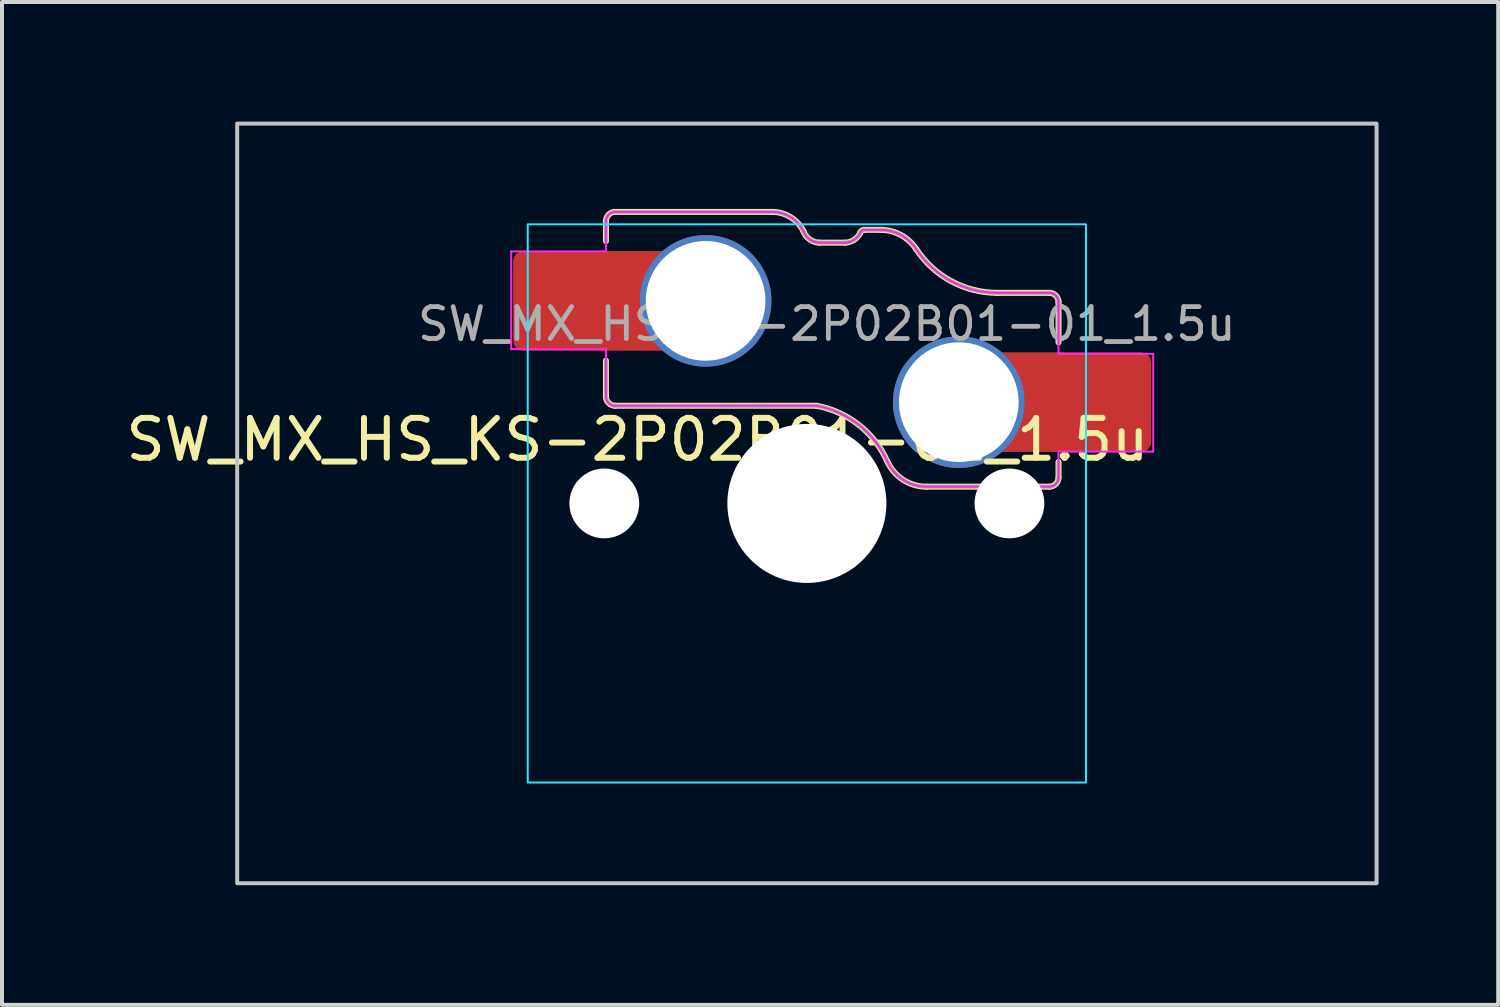
<source format=kicad_pcb>
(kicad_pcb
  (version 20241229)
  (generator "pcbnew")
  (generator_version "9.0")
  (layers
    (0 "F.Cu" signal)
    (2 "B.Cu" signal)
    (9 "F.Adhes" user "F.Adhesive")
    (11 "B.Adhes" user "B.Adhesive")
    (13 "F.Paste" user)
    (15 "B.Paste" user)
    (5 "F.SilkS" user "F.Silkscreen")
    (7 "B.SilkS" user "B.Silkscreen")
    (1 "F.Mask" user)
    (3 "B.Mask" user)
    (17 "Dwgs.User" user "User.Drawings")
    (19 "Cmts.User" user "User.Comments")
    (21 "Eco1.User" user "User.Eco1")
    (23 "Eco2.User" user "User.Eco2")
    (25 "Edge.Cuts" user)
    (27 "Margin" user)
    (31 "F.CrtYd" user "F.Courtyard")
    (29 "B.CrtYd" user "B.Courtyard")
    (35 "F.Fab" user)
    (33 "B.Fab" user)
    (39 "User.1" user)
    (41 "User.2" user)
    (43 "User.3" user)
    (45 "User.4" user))
  (footprint "SW_MX_HS_KS-2P02B01-01_1.5u"
    (layer "F.Cu")
    (at 17.185 9.575)
    (property "Reference" "SW_MX_HS_KS-2P02B01-01_1.5u" (at -4.25 -1.6 0) (layer "F.SilkS") (effects (font (size 1 1) (thickness 0.15))))
    (attr smd)
    (fp_line (start -5.039 -7.086) (end -5.039 -6.58) (stroke (width 0.15) (type solid)) (layer "F.SilkS"))
    (fp_line (start -5.039 -2.675) (end -5.039 -3.58) (stroke (width 0.15) (type solid)) (layer "F.SilkS"))
    (fp_line (start -4.814 -2.45) (end 0.239 -2.45) (stroke (width 0.15) (type solid)) (layer "F.SilkS"))
    (fp_line (start -0.871 -7.311) (end -4.814 -7.311) (stroke (width 0.15) (type solid)) (layer "F.SilkS"))
    (fp_line (start 0.954 -6.539) (end 0.316 -6.539) (stroke (width 0.15) (type solid)) (layer "F.SilkS"))
    (fp_line (start 1.437 -6.861) (end 1.846 -6.861) (stroke (width 0.15) (type solid)) (layer "F.SilkS"))
    (fp_line (start 2.997 -0.42) (end 6.086 -0.42) (stroke (width 0.15) (type solid)) (layer "F.SilkS"))
    (fp_line (start 6.086 -5.281) (end 4.775 -5.281) (stroke (width 0.15) (type solid)) (layer "F.SilkS"))
    (fp_line (start 6.311 -5.056) (end 6.311 -4.04) (stroke (width 0.15) (type solid)) (layer "F.SilkS"))
    (fp_line (start 6.311 -0.645) (end 6.311 -1.04) (stroke (width 0.15) (type solid)) (layer "F.SilkS"))
    (fp_arc (start -0.870659 -7.311006) (mid -0.404802 -7.177082) (end -0.081188 -6.816204) (stroke (width 0.15) (type solid)) (layer "F.SilkS"))
    (fp_arc (start 0.239066 -2.449741) (mid 1.301345 -1.970299) (end 2.018091 -1.051291) (stroke (width 0.15) (type solid)) (layer "F.SilkS"))
    (fp_arc (start 0.316284 -6.539103) (mid 0.075462 -6.617285) (end -0.081188 -6.816204) (stroke (width 0.15) (type solid)) (layer "F.SilkS"))
    (fp_arc (start 1.344869 -6.800882) (mid 1.1877 -6.612605) (end 0.953718 -6.539103) (stroke (width 0.15) (type solid)) (layer "F.SilkS"))
    (fp_arc (start 1.344869 -6.800882) (mid 1.381745 -6.844643) (end 1.436576 -6.861005) (stroke (width 0.15) (type solid)) (layer "F.SilkS"))
    (fp_arc (start 1.845965 -6.860996) (mid 2.356288 -6.732106) (end 2.744226 -6.376372) (stroke (width 0.15) (type solid)) (layer "F.SilkS"))
    (fp_arc (start 2.997274 -0.419747) (mid 2.414853 -0.591219) (end 2.018265 -1.05093) (stroke (width 0.15) (type solid)) (layer "F.SilkS"))
    (fp_arc (start 4.774564 -5.281006) (mid 3.62108 -5.572312) (end 2.744226 -6.376372) (stroke (width 0.15) (type solid)) (layer "F.SilkS"))
    (fp_curve (pts (xy -5.039 -2.675) (xy -5.039 -2.557) (xy -4.932 -2.45) (xy -4.814 -2.45)) (stroke (width 0.15) (type solid)) (layer "F.SilkS"))
    (fp_curve (pts (xy -4.814 -7.311) (xy -4.932 -7.311) (xy -5.039 -7.204) (xy -5.039 -7.086)) (stroke (width 0.15) (type solid)) (layer "F.SilkS"))
    (fp_curve (pts (xy 6.086 -0.42) (xy 6.203 -0.42) (xy 6.311 -0.527) (xy 6.311 -0.645)) (stroke (width 0.15) (type solid)) (layer "F.SilkS"))
    (fp_curve (pts (xy 6.311 -5.056) (xy 6.311 -5.174) (xy 6.203 -5.281) (xy 6.086 -5.281)) (stroke (width 0.15) (type solid)) (layer "F.SilkS"))
    (fp_rect (start -14.287 -9.525) (end 14.287 9.525) (stroke (width 0.1) (type default)) (fill no) (layer "Dwgs.User"))
    (fp_line (start -7 -6.5) (end -7 6.5) (stroke (width 0.05) (type solid)) (layer "Eco2.User"))
    (fp_line (start -6.5 7) (end 6.5 7) (stroke (width 0.05) (type solid)) (layer "Eco2.User"))
    (fp_line (start 6.5 -7) (end -6.5 -7) (stroke (width 0.05) (type solid)) (layer "Eco2.User"))
    (fp_line (start 7 6.5) (end 7 -6.5) (stroke (width 0.05) (type solid)) (layer "Eco2.User"))
    (fp_arc (start -7 -6.5) (mid -6.853553 -6.853553) (end -6.5 -7) (stroke (width 0.05) (type solid)) (layer "Eco2.User"))
    (fp_arc (start -6.497236 6.998884) (mid -6.850789 6.852437) (end -6.997236 6.498884) (stroke (width 0.05) (type solid)) (layer "Eco2.User"))
    (fp_arc (start 6.5 -7) (mid 6.853553 -6.853553) (end 7 -6.5) (stroke (width 0.05) (type solid)) (layer "Eco2.User"))
    (fp_arc (start 7 6.5) (mid 6.853553 6.853553) (end 6.5 7) (stroke (width 0.05) (type solid)) (layer "Eco2.User"))
    (fp_rect (start -7 -7) (end 7 7) (stroke (width 0.05) (type default)) (fill no) (layer "B.CrtYd"))
    (fp_line (start -7.415 -6.32) (end -5.039 -6.32) (stroke (width 0.05) (type solid)) (layer "F.CrtYd"))
    (fp_line (start -7.415 -3.87) (end -7.415 -6.32) (stroke (width 0.05) (type solid)) (layer "F.CrtYd"))
    (fp_line (start -5.039 -7.086) (end -5.039 -6.32) (stroke (width 0.05) (type solid)) (layer "F.CrtYd"))
    (fp_line (start -5.039 -3.87) (end -7.415 -3.87) (stroke (width 0.05) (type solid)) (layer "F.CrtYd"))
    (fp_line (start -5.039 -2.675) (end -5.039 -3.87) (stroke (width 0.05) (type solid)) (layer "F.CrtYd"))
    (fp_line (start -4.814 -2.45) (end 0.239 -2.45) (stroke (width 0.05) (type solid)) (layer "F.CrtYd"))
    (fp_line (start -0.871 -7.311) (end -4.814 -7.311) (stroke (width 0.05) (type solid)) (layer "F.CrtYd"))
    (fp_line (start 0.954 -6.539) (end 0.316 -6.539) (stroke (width 0.05) (type solid)) (layer "F.CrtYd"))
    (fp_line (start 1.437 -6.861) (end 1.846 -6.861) (stroke (width 0.05) (type solid)) (layer "F.CrtYd"))
    (fp_line (start 2.997 -0.42) (end 6.086 -0.42) (stroke (width 0.05) (type solid)) (layer "F.CrtYd"))
    (fp_line (start 6.086 -5.281) (end 4.775 -5.281) (stroke (width 0.05) (type solid)) (layer "F.CrtYd"))
    (fp_line (start 6.311 -5.056) (end 6.311 -3.75) (stroke (width 0.05) (type solid)) (layer "F.CrtYd"))
    (fp_line (start 6.311 -3.75) (end 8.685 -3.75) (stroke (width 0.05) (type solid)) (layer "F.CrtYd"))
    (fp_line (start 6.311 -0.645) (end 6.311 -1.3) (stroke (width 0.05) (type solid)) (layer "F.CrtYd"))
    (fp_line (start 8.685 -3.75) (end 8.685 -1.3) (stroke (width 0.05) (type solid)) (layer "F.CrtYd"))
    (fp_line (start 8.685 -1.3) (end 6.311 -1.3) (stroke (width 0.05) (type solid)) (layer "F.CrtYd"))
    (fp_arc (start -0.870659 -7.311006) (mid -0.404802 -7.177082) (end -0.081188 -6.816204) (stroke (width 0.05) (type solid)) (layer "F.CrtYd"))
    (fp_arc (start 0.239066 -2.449741) (mid 1.301345 -1.970299) (end 2.018091 -1.051291) (stroke (width 0.05) (type solid)) (layer "F.CrtYd"))
    (fp_arc (start 0.316284 -6.539103) (mid 0.075462 -6.617285) (end -0.081188 -6.816204) (stroke (width 0.05) (type solid)) (layer "F.CrtYd"))
    (fp_arc (start 1.344869 -6.800882) (mid 1.1877 -6.612605) (end 0.953718 -6.539103) (stroke (width 0.05) (type solid)) (layer "F.CrtYd"))
    (fp_arc (start 1.344869 -6.800882) (mid 1.381745 -6.844643) (end 1.436576 -6.861005) (stroke (width 0.05) (type solid)) (layer "F.CrtYd"))
    (fp_arc (start 1.845965 -6.860996) (mid 2.356288 -6.732106) (end 2.744226 -6.376372) (stroke (width 0.05) (type solid)) (layer "F.CrtYd"))
    (fp_arc (start 2.997274 -0.419747) (mid 2.414853 -0.591219) (end 2.018265 -1.05093) (stroke (width 0.05) (type solid)) (layer "F.CrtYd"))
    (fp_arc (start 4.774564 -5.281006) (mid 3.62108 -5.572312) (end 2.744226 -6.376372) (stroke (width 0.05) (type solid)) (layer "F.CrtYd"))
    (fp_curve (pts (xy -5.039 -2.675) (xy -5.039 -2.557) (xy -4.932 -2.45) (xy -4.814 -2.45)) (stroke (width 0.05) (type solid)) (layer "F.CrtYd"))
    (fp_curve (pts (xy -4.814 -7.311) (xy -4.932 -7.311) (xy -5.039 -7.204) (xy -5.039 -7.086)) (stroke (width 0.05) (type solid)) (layer "F.CrtYd"))
    (fp_curve (pts (xy 6.086 -0.42) (xy 6.203 -0.42) (xy 6.311 -0.527) (xy 6.311 -0.645)) (stroke (width 0.05) (type solid)) (layer "F.CrtYd"))
    (fp_curve (pts (xy 6.311 -5.056) (xy 6.311 -5.174) (xy 6.203 -5.281) (xy 6.086 -5.281)) (stroke (width 0.05) (type solid)) (layer "F.CrtYd"))
    (fp_line (start -5.039 -7.086) (end -5.039 -6.58) (stroke (width 0.1) (type solid)) (layer "F.Fab"))
    (fp_line (start -5.039 -2.675) (end -5.039 -3.58) (stroke (width 0.1) (type solid)) (layer "F.Fab"))
    (fp_line (start -4.814 -2.45) (end 0.239 -2.45) (stroke (width 0.1) (type solid)) (layer "F.Fab"))
    (fp_line (start -0.871 -7.311) (end -4.814 -7.311) (stroke (width 0.1) (type solid)) (layer "F.Fab"))
    (fp_line (start 0.954 -6.539) (end 0.316 -6.539) (stroke (width 0.1) (type solid)) (layer "F.Fab"))
    (fp_line (start 1.437 -6.861) (end 1.846 -6.861) (stroke (width 0.1) (type solid)) (layer "F.Fab"))
    (fp_line (start 2.997 -0.42) (end 6.086 -0.42) (stroke (width 0.1) (type solid)) (layer "F.Fab"))
    (fp_line (start 6.086 -5.281) (end 4.775 -5.281) (stroke (width 0.1) (type solid)) (layer "F.Fab"))
    (fp_line (start 6.311 -5.056) (end 6.311 -4.04) (stroke (width 0.1) (type solid)) (layer "F.Fab"))
    (fp_line (start 6.311 -0.645) (end 6.311 -1.04) (stroke (width 0.1) (type solid)) (layer "F.Fab"))
    (fp_arc (start -0.870659 -7.311006) (mid -0.404802 -7.177082) (end -0.081188 -6.816204) (stroke (width 0.1) (type solid)) (layer "F.Fab"))
    (fp_arc (start 0.239066 -2.449741) (mid 1.301345 -1.970299) (end 2.018091 -1.051291) (stroke (width 0.1) (type solid)) (layer "F.Fab"))
    (fp_arc (start 0.316284 -6.539103) (mid 0.075462 -6.617285) (end -0.081188 -6.816204) (stroke (width 0.1) (type solid)) (layer "F.Fab"))
    (fp_arc (start 1.344869 -6.800882) (mid 1.1877 -6.612605) (end 0.953718 -6.539103) (stroke (width 0.1) (type solid)) (layer "F.Fab"))
    (fp_arc (start 1.344869 -6.800882) (mid 1.381745 -6.844643) (end 1.436576 -6.861005) (stroke (width 0.1) (type solid)) (layer "F.Fab"))
    (fp_arc (start 1.845965 -6.860996) (mid 2.356288 -6.732106) (end 2.744226 -6.376372) (stroke (width 0.1) (type solid)) (layer "F.Fab"))
    (fp_arc (start 2.997274 -0.419747) (mid 2.414853 -0.591219) (end 2.018265 -1.05093) (stroke (width 0.1) (type solid)) (layer "F.Fab"))
    (fp_arc (start 4.774564 -5.281006) (mid 3.62108 -5.572312) (end 2.744226 -6.376372) (stroke (width 0.1) (type solid)) (layer "F.Fab"))
    (fp_curve (pts (xy -5.039 -2.675) (xy -5.039 -2.557) (xy -4.932 -2.45) (xy -4.814 -2.45)) (stroke (width 0.1) (type solid)) (layer "F.Fab"))
    (fp_curve (pts (xy -4.814 -7.311) (xy -4.932 -7.311) (xy -5.039 -7.204) (xy -5.039 -7.086)) (stroke (width 0.1) (type solid)) (layer "F.Fab"))
    (fp_curve (pts (xy 6.086 -0.42) (xy 6.203 -0.42) (xy 6.311 -0.527) (xy 6.311 -0.645)) (stroke (width 0.1) (type solid)) (layer "F.Fab"))
    (fp_curve (pts (xy 6.311 -5.056) (xy 6.311 -5.174) (xy 6.203 -5.281) (xy 6.086 -5.281)) (stroke (width 0.1) (type solid)) (layer "F.Fab"))
    (fp_text user "${REFERENCE}" (at 0.5 -4.5 0) (layer "F.Fab") (effects (font (size 0.8 0.8) (thickness 0.12))))
    (pad "" np_thru_hole circle (at -5.08 0) (size 1.75 1.75) (drill 1.75) (layers "*.Cu" "*.Mask"))
    (pad "" np_thru_hole circle (at 0 0) (size 3.988 3.988) (drill 3.988) (layers "*.Cu" "*.Mask"))
    (pad "" np_thru_hole circle (at 5.08 0) (size 1.75 1.75) (drill 1.75) (layers "*.Cu" "*.Mask"))
    (pad "1" thru_hole circle (at 3.81 -2.54) (size 3.3 3.3) (drill 3) (layers "*.Cu" "*.Mask"))
    (pad "1" smd rect (at 5.635 -2.54 180) (size 1.65 2.5) (layers "F.Cu"))
    (pad "1" smd roundrect (at 7.36 -2.54) (size 2.55 2.5) (layers "F.Cu" "F.Mask" "F.Paste") (roundrect_rratio 0.1))
    (pad "2" smd roundrect (at -6.09 -5.08) (size 2.55 2.5) (layers "F.Cu" "F.Mask" "F.Paste") (roundrect_rratio 0.1))
    (pad "2" smd rect (at -4.34 -5.08) (size 1.65 2.5) (layers "F.Cu"))
    (pad "2" thru_hole circle (at -2.54 -5.08) (size 3.3 3.3) (drill 3) (layers "*.Cu" "*.Mask")))
  (gr_rect
    (start -3 -3)
    (end 34.522 22.15)
    (stroke (width 0.1) (type default))
    (fill no)
    (layer "Edge.Cuts")))
</source>
